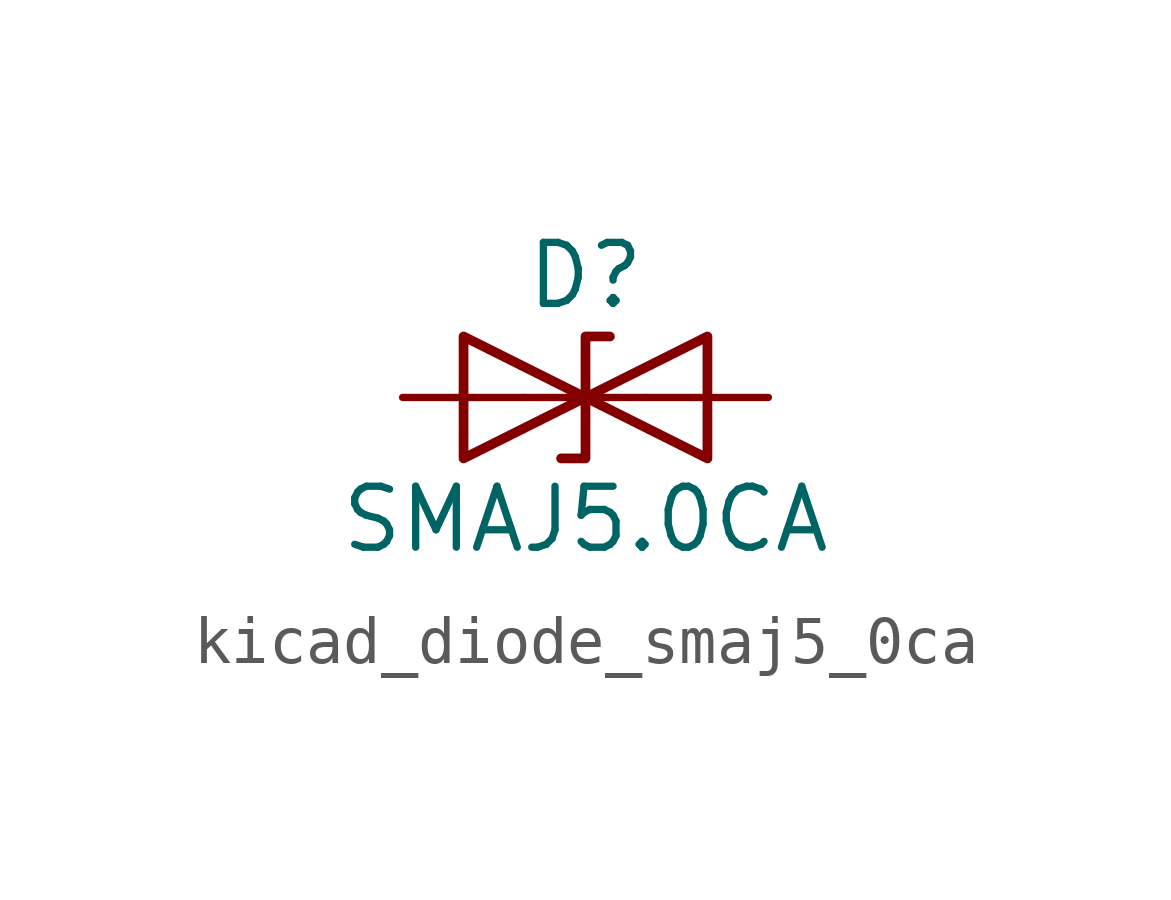
<source format=kicad_sym>
(kicad_symbol_lib
  (version 20220914)
  (generator kicad_symbol_editor)
  (symbol "kicad_diode_smaj5_0ca"
    (pin_numbers hide)
    (pin_names
      (offset 1.016) hide)
    (property "Reference" "D"
      (at 0 2.54 0)
      (effects (font (size 1.27 1.27))))
    (property "Value" "SMAJ5.0CA"
      (at 0 -2.54 0)
      (effects (font (size 1.27 1.27))))
    (symbol "kicad_diode_smaj5_0ca_0_1"
      (polyline (pts (xy 1.27 0) (xy -1.27 0)) (stroke (width 0) (type default)) (fill (type none)))
      (polyline (pts (xy -2.54 -1.27) (xy 0 0) (xy -2.54 1.27) (xy -2.54 -1.27)) (stroke (width 0.203) (type default)) (fill (type none)))
      (polyline (pts (xy 0.508 1.27) (xy 0 1.27) (xy 0 -1.27) (xy -0.508 -1.27)) (stroke (width 0.203) (type default)) (fill (type none)))
      (polyline (pts (xy 2.54 1.27) (xy 2.54 -1.27) (xy 0 0) (xy 2.54 1.27)) (stroke (width 0.203) (type default)) (fill (type none))))
    (symbol "kicad_diode_smaj5_0ca_1_1"
      (pin passive line (at -3.81 0 0) (length 2.54) (name "A1" (effects (font (size 1.27 1.27)))) (number "1" (effects (font (size 1.27 1.27)))))
      (pin passive line (at 3.81 0 180) (length 2.54) (name "A2" (effects (font (size 1.27 1.27)))) (number "2" (effects (font (size 1.27 1.27))))))))
</source>
